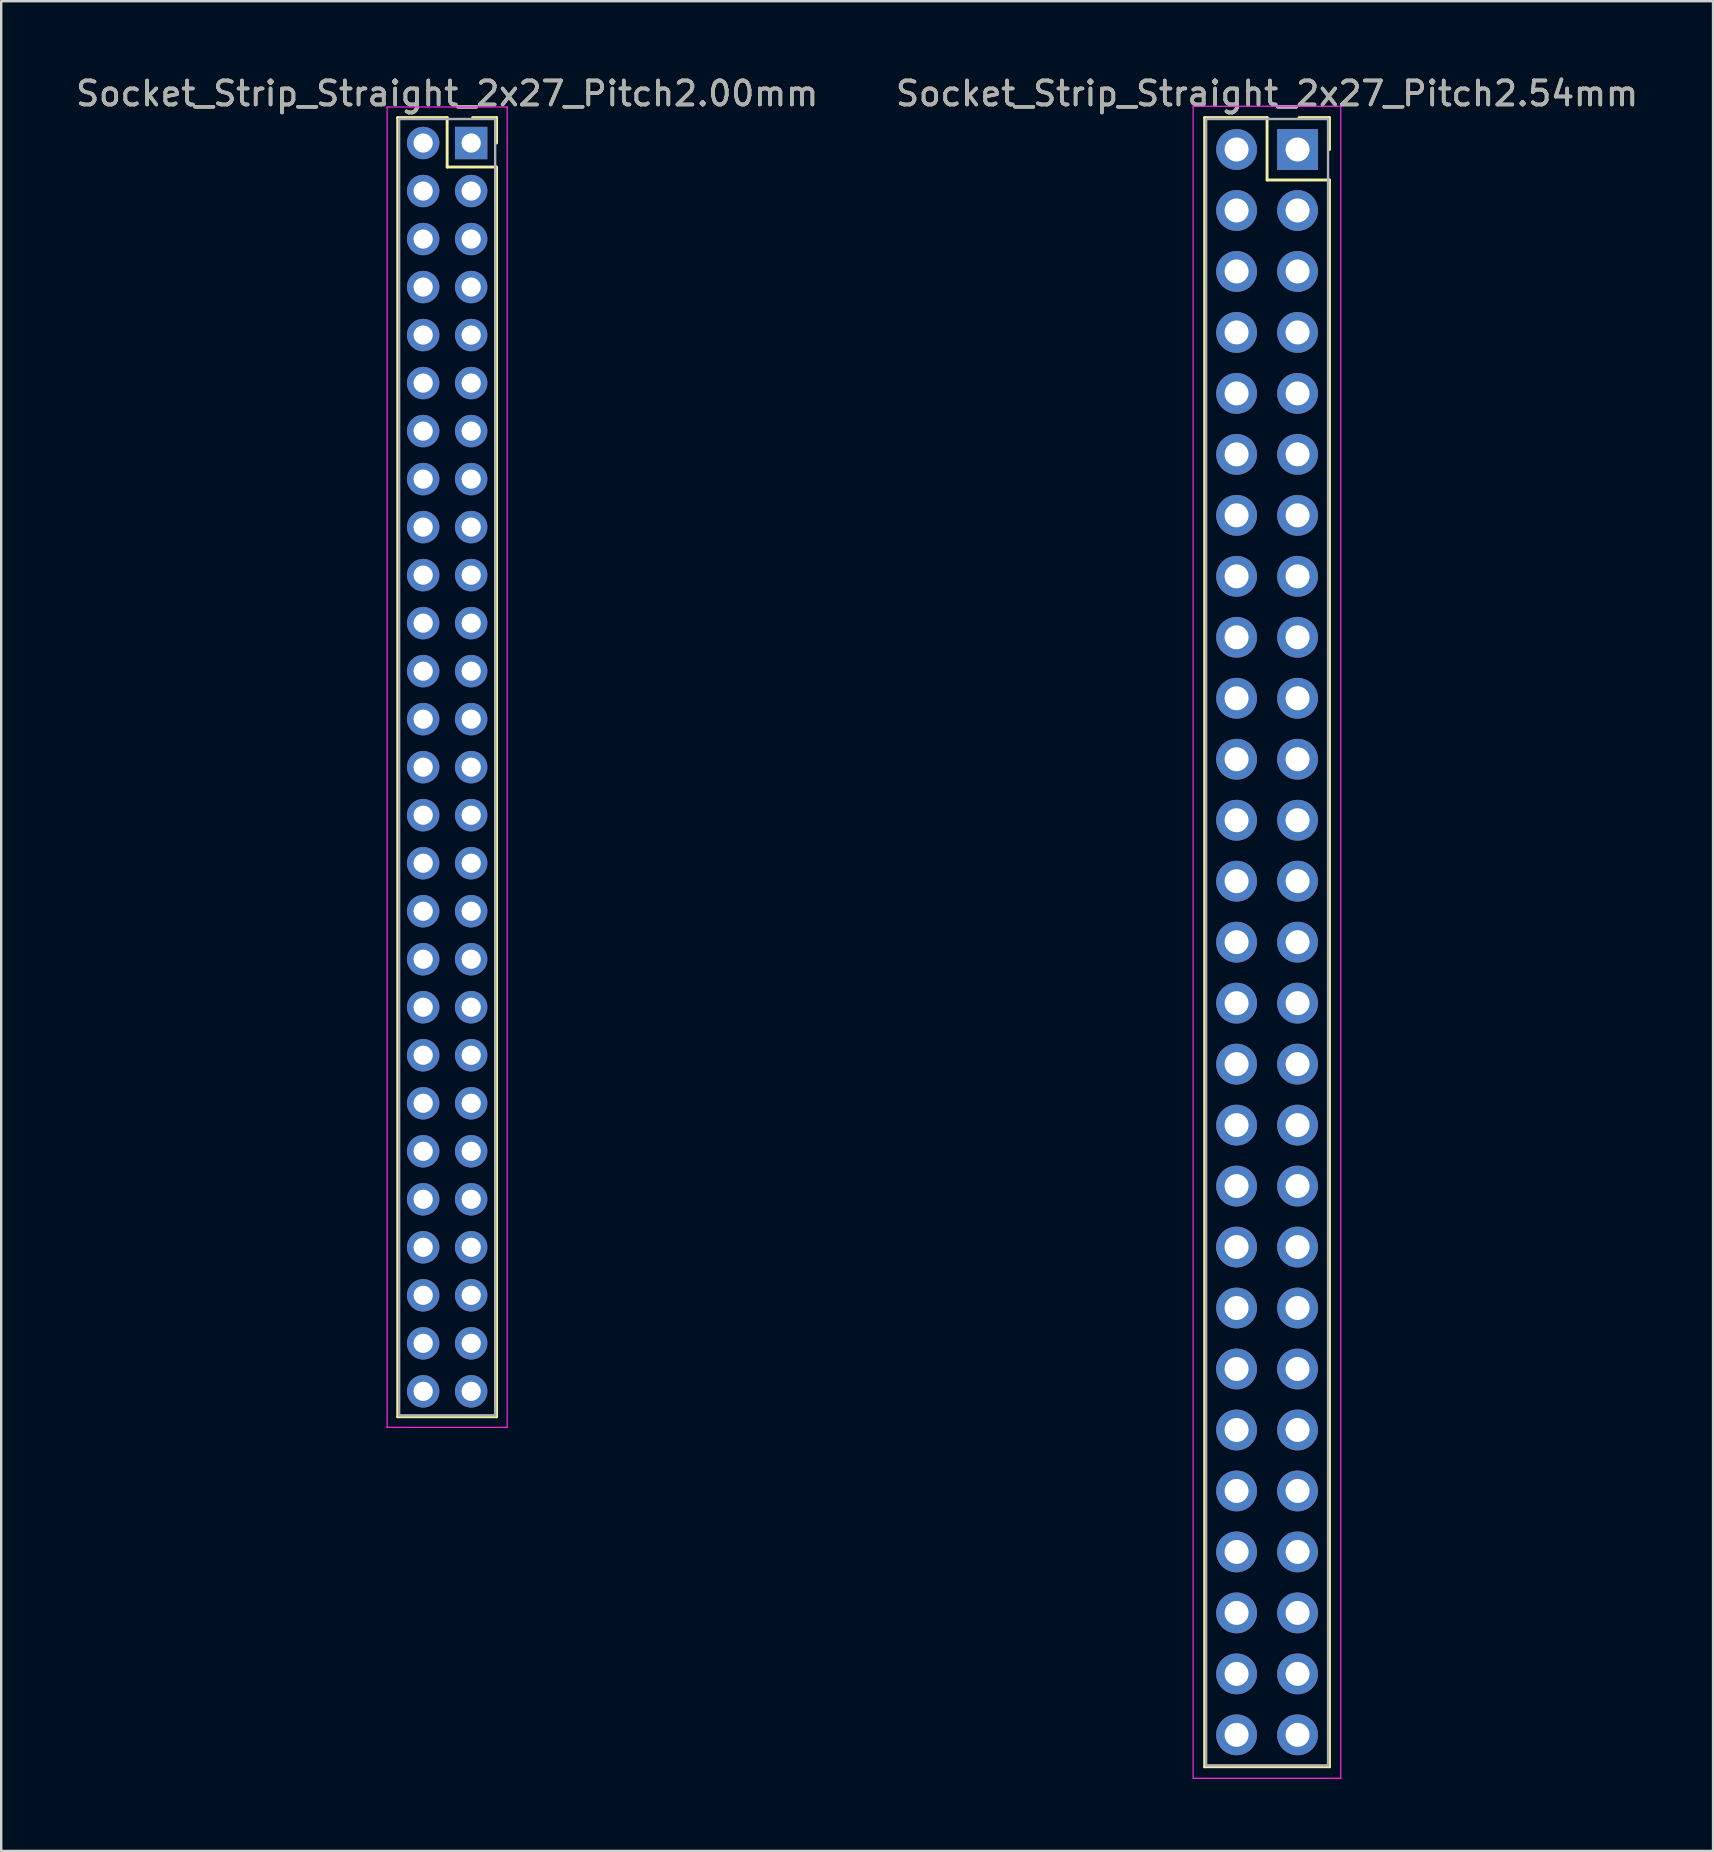
<source format=kicad_pcb>
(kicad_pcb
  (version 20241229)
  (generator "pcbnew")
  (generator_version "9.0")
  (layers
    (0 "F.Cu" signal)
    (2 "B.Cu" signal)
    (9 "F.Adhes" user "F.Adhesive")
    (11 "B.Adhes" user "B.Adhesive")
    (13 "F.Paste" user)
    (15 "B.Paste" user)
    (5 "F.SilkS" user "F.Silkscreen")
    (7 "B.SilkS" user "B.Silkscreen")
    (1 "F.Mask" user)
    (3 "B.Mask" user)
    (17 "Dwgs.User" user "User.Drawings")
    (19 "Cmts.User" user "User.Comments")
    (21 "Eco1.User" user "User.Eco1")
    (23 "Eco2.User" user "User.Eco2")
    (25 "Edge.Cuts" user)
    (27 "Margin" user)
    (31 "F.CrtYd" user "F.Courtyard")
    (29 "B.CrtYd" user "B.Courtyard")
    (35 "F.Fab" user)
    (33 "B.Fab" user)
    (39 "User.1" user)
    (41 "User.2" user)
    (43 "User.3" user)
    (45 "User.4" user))
  (footprint "Socket_Strip_Straight_2x27_Pitch2.54mm"
    (layer "F.Cu")
    (at 51.002 3.178)
    (property "Reference" "Socket_Strip_Straight_2x27_Pitch2.54mm" (at -1.27 -2.33 0) (layer "F.SilkS") (effects (font (size 1 1) (thickness 0.15))))
    (attr through_hole)
    (fp_line (start -3.87 -1.33) (end -1.27 -1.33) (stroke (width 0.12) (type solid)) (layer "F.SilkS"))
    (fp_line (start -3.87 67.37) (end -3.87 -1.33) (stroke (width 0.12) (type solid)) (layer "F.SilkS"))
    (fp_line (start -1.27 -1.33) (end -1.27 1.27) (stroke (width 0.12) (type solid)) (layer "F.SilkS"))
    (fp_line (start -1.27 1.27) (end 1.33 1.27) (stroke (width 0.12) (type solid)) (layer "F.SilkS"))
    (fp_line (start 1.33 -1.33) (end 0.06 -1.33) (stroke (width 0.12) (type solid)) (layer "F.SilkS"))
    (fp_line (start 1.33 0) (end 1.33 -1.33) (stroke (width 0.12) (type solid)) (layer "F.SilkS"))
    (fp_line (start 1.33 1.27) (end 1.33 67.37) (stroke (width 0.12) (type solid)) (layer "F.SilkS"))
    (fp_line (start 1.33 67.37) (end -3.87 67.37) (stroke (width 0.12) (type solid)) (layer "F.SilkS"))
    (fp_line (start -4.35 -1.8) (end -4.35 67.85) (stroke (width 0.05) (type solid)) (layer "F.CrtYd"))
    (fp_line (start -4.35 67.85) (end 1.8 67.85) (stroke (width 0.05) (type solid)) (layer "F.CrtYd"))
    (fp_line (start 1.8 -1.8) (end -4.35 -1.8) (stroke (width 0.05) (type solid)) (layer "F.CrtYd"))
    (fp_line (start 1.8 67.85) (end 1.8 -1.8) (stroke (width 0.05) (type solid)) (layer "F.CrtYd"))
    (fp_line (start -3.81 -1.27) (end -3.81 67.31) (stroke (width 0.1) (type solid)) (layer "F.Fab"))
    (fp_line (start -3.81 67.31) (end 1.27 67.31) (stroke (width 0.1) (type solid)) (layer "F.Fab"))
    (fp_line (start 1.27 -1.27) (end -3.81 -1.27) (stroke (width 0.1) (type solid)) (layer "F.Fab"))
    (fp_line (start 1.27 67.31) (end 1.27 -1.27) (stroke (width 0.1) (type solid)) (layer "F.Fab"))
    (fp_text user "${REFERENCE}" (at -1.27 -2.33 0) (layer "F.Fab") (effects (font (size 1 1) (thickness 0.15))))
    (pad "1" thru_hole rect (at 0 0) (size 1.7 1.7) (drill 1) (layers "*.Cu" "*.Mask"))
    (pad "2" thru_hole oval (at -2.54 0) (size 1.7 1.7) (drill 1) (layers "*.Cu" "*.Mask"))
    (pad "3" thru_hole oval (at 0 2.54) (size 1.7 1.7) (drill 1) (layers "*.Cu" "*.Mask"))
    (pad "4" thru_hole oval (at -2.54 2.54) (size 1.7 1.7) (drill 1) (layers "*.Cu" "*.Mask"))
    (pad "5" thru_hole oval (at 0 5.08) (size 1.7 1.7) (drill 1) (layers "*.Cu" "*.Mask"))
    (pad "6" thru_hole oval (at -2.54 5.08) (size 1.7 1.7) (drill 1) (layers "*.Cu" "*.Mask"))
    (pad "7" thru_hole oval (at 0 7.62) (size 1.7 1.7) (drill 1) (layers "*.Cu" "*.Mask"))
    (pad "8" thru_hole oval (at -2.54 7.62) (size 1.7 1.7) (drill 1) (layers "*.Cu" "*.Mask"))
    (pad "9" thru_hole oval (at 0 10.16) (size 1.7 1.7) (drill 1) (layers "*.Cu" "*.Mask"))
    (pad "10" thru_hole oval (at -2.54 10.16) (size 1.7 1.7) (drill 1) (layers "*.Cu" "*.Mask"))
    (pad "11" thru_hole oval (at 0 12.7) (size 1.7 1.7) (drill 1) (layers "*.Cu" "*.Mask"))
    (pad "12" thru_hole oval (at -2.54 12.7) (size 1.7 1.7) (drill 1) (layers "*.Cu" "*.Mask"))
    (pad "13" thru_hole oval (at 0 15.24) (size 1.7 1.7) (drill 1) (layers "*.Cu" "*.Mask"))
    (pad "14" thru_hole oval (at -2.54 15.24) (size 1.7 1.7) (drill 1) (layers "*.Cu" "*.Mask"))
    (pad "15" thru_hole oval (at 0 17.78) (size 1.7 1.7) (drill 1) (layers "*.Cu" "*.Mask"))
    (pad "16" thru_hole oval (at -2.54 17.78) (size 1.7 1.7) (drill 1) (layers "*.Cu" "*.Mask"))
    (pad "17" thru_hole oval (at 0 20.32) (size 1.7 1.7) (drill 1) (layers "*.Cu" "*.Mask"))
    (pad "18" thru_hole oval (at -2.54 20.32) (size 1.7 1.7) (drill 1) (layers "*.Cu" "*.Mask"))
    (pad "19" thru_hole oval (at 0 22.86) (size 1.7 1.7) (drill 1) (layers "*.Cu" "*.Mask"))
    (pad "20" thru_hole oval (at -2.54 22.86) (size 1.7 1.7) (drill 1) (layers "*.Cu" "*.Mask"))
    (pad "21" thru_hole oval (at 0 25.4) (size 1.7 1.7) (drill 1) (layers "*.Cu" "*.Mask"))
    (pad "22" thru_hole oval (at -2.54 25.4) (size 1.7 1.7) (drill 1) (layers "*.Cu" "*.Mask"))
    (pad "23" thru_hole oval (at 0 27.94) (size 1.7 1.7) (drill 1) (layers "*.Cu" "*.Mask"))
    (pad "24" thru_hole oval (at -2.54 27.94) (size 1.7 1.7) (drill 1) (layers "*.Cu" "*.Mask"))
    (pad "25" thru_hole oval (at 0 30.48) (size 1.7 1.7) (drill 1) (layers "*.Cu" "*.Mask"))
    (pad "26" thru_hole oval (at -2.54 30.48) (size 1.7 1.7) (drill 1) (layers "*.Cu" "*.Mask"))
    (pad "27" thru_hole oval (at 0 33.02) (size 1.7 1.7) (drill 1) (layers "*.Cu" "*.Mask"))
    (pad "28" thru_hole oval (at -2.54 33.02) (size 1.7 1.7) (drill 1) (layers "*.Cu" "*.Mask"))
    (pad "29" thru_hole oval (at 0 35.56) (size 1.7 1.7) (drill 1) (layers "*.Cu" "*.Mask"))
    (pad "30" thru_hole oval (at -2.54 35.56) (size 1.7 1.7) (drill 1) (layers "*.Cu" "*.Mask"))
    (pad "31" thru_hole oval (at 0 38.1) (size 1.7 1.7) (drill 1) (layers "*.Cu" "*.Mask"))
    (pad "32" thru_hole oval (at -2.54 38.1) (size 1.7 1.7) (drill 1) (layers "*.Cu" "*.Mask"))
    (pad "33" thru_hole oval (at 0 40.64) (size 1.7 1.7) (drill 1) (layers "*.Cu" "*.Mask"))
    (pad "34" thru_hole oval (at -2.54 40.64) (size 1.7 1.7) (drill 1) (layers "*.Cu" "*.Mask"))
    (pad "35" thru_hole oval (at 0 43.18) (size 1.7 1.7) (drill 1) (layers "*.Cu" "*.Mask"))
    (pad "36" thru_hole oval (at -2.54 43.18) (size 1.7 1.7) (drill 1) (layers "*.Cu" "*.Mask"))
    (pad "37" thru_hole oval (at 0 45.72) (size 1.7 1.7) (drill 1) (layers "*.Cu" "*.Mask"))
    (pad "38" thru_hole oval (at -2.54 45.72) (size 1.7 1.7) (drill 1) (layers "*.Cu" "*.Mask"))
    (pad "39" thru_hole oval (at 0 48.26) (size 1.7 1.7) (drill 1) (layers "*.Cu" "*.Mask"))
    (pad "40" thru_hole oval (at -2.54 48.26) (size 1.7 1.7) (drill 1) (layers "*.Cu" "*.Mask"))
    (pad "41" thru_hole oval (at 0 50.8) (size 1.7 1.7) (drill 1) (layers "*.Cu" "*.Mask"))
    (pad "42" thru_hole oval (at -2.54 50.8) (size 1.7 1.7) (drill 1) (layers "*.Cu" "*.Mask"))
    (pad "43" thru_hole oval (at 0 53.34) (size 1.7 1.7) (drill 1) (layers "*.Cu" "*.Mask"))
    (pad "44" thru_hole oval (at -2.54 53.34) (size 1.7 1.7) (drill 1) (layers "*.Cu" "*.Mask"))
    (pad "45" thru_hole oval (at 0 55.88) (size 1.7 1.7) (drill 1) (layers "*.Cu" "*.Mask"))
    (pad "46" thru_hole oval (at -2.54 55.88) (size 1.7 1.7) (drill 1) (layers "*.Cu" "*.Mask"))
    (pad "47" thru_hole oval (at 0 58.42) (size 1.7 1.7) (drill 1) (layers "*.Cu" "*.Mask"))
    (pad "48" thru_hole oval (at -2.54 58.42) (size 1.7 1.7) (drill 1) (layers "*.Cu" "*.Mask"))
    (pad "49" thru_hole oval (at 0 60.96) (size 1.7 1.7) (drill 1) (layers "*.Cu" "*.Mask"))
    (pad "50" thru_hole oval (at -2.54 60.96) (size 1.7 1.7) (drill 1) (layers "*.Cu" "*.Mask"))
    (pad "51" thru_hole oval (at 0 63.5) (size 1.7 1.7) (drill 1) (layers "*.Cu" "*.Mask"))
    (pad "52" thru_hole oval (at -2.54 63.5) (size 1.7 1.7) (drill 1) (layers "*.Cu" "*.Mask"))
    (pad "53" thru_hole oval (at 0 66.04) (size 1.7 1.7) (drill 1) (layers "*.Cu" "*.Mask"))
    (pad "54" thru_hole oval (at -2.54 66.04) (size 1.7 1.7) (drill 1) (layers "*.Cu" "*.Mask")))
  (footprint "Socket_Strip_Straight_2x27_Pitch2.00mm"
    (layer "F.Cu")
    (at 16.577 2.908)
    (property "Reference" "Socket_Strip_Straight_2x27_Pitch2.00mm" (at -1 -2.06 0) (layer "F.SilkS") (effects (font (size 1 1) (thickness 0.15))))
    (attr through_hole)
    (fp_line (start -3.06 -1.06) (end -1 -1.06) (stroke (width 0.12) (type solid)) (layer "F.SilkS"))
    (fp_line (start -3.06 53.06) (end -3.06 -1.06) (stroke (width 0.12) (type solid)) (layer "F.SilkS"))
    (fp_line (start -1 -1.06) (end -1 1) (stroke (width 0.12) (type solid)) (layer "F.SilkS"))
    (fp_line (start -1 1) (end 1.06 1) (stroke (width 0.12) (type solid)) (layer "F.SilkS"))
    (fp_line (start 1.06 -1.06) (end 0.06 -1.06) (stroke (width 0.12) (type solid)) (layer "F.SilkS"))
    (fp_line (start 1.06 0) (end 1.06 -1.06) (stroke (width 0.12) (type solid)) (layer "F.SilkS"))
    (fp_line (start 1.06 1) (end 1.06 53.06) (stroke (width 0.12) (type solid)) (layer "F.SilkS"))
    (fp_line (start 1.06 53.06) (end -3.06 53.06) (stroke (width 0.12) (type solid)) (layer "F.SilkS"))
    (fp_line (start -3.5 -1.5) (end -3.5 53.5) (stroke (width 0.05) (type solid)) (layer "F.CrtYd"))
    (fp_line (start -3.5 53.5) (end 1.5 53.5) (stroke (width 0.05) (type solid)) (layer "F.CrtYd"))
    (fp_line (start 1.5 -1.5) (end -3.5 -1.5) (stroke (width 0.05) (type solid)) (layer "F.CrtYd"))
    (fp_line (start 1.5 53.5) (end 1.5 -1.5) (stroke (width 0.05) (type solid)) (layer "F.CrtYd"))
    (fp_line (start -3 -1) (end -3 53) (stroke (width 0.1) (type solid)) (layer "F.Fab"))
    (fp_line (start -3 53) (end 1 53) (stroke (width 0.1) (type solid)) (layer "F.Fab"))
    (fp_line (start 1 -1) (end -3 -1) (stroke (width 0.1) (type solid)) (layer "F.Fab"))
    (fp_line (start 1 53) (end 1 -1) (stroke (width 0.1) (type solid)) (layer "F.Fab"))
    (fp_text user "${REFERENCE}" (at -1 -2.06 0) (layer "F.Fab") (effects (font (size 1 1) (thickness 0.15))))
    (pad "1" thru_hole rect (at 0 0) (size 1.35 1.35) (drill 0.8) (layers "*.Cu" "*.Mask"))
    (pad "2" thru_hole oval (at -2 0) (size 1.35 1.35) (drill 0.8) (layers "*.Cu" "*.Mask"))
    (pad "3" thru_hole oval (at 0 2) (size 1.35 1.35) (drill 0.8) (layers "*.Cu" "*.Mask"))
    (pad "4" thru_hole oval (at -2 2) (size 1.35 1.35) (drill 0.8) (layers "*.Cu" "*.Mask"))
    (pad "5" thru_hole oval (at 0 4) (size 1.35 1.35) (drill 0.8) (layers "*.Cu" "*.Mask"))
    (pad "6" thru_hole oval (at -2 4) (size 1.35 1.35) (drill 0.8) (layers "*.Cu" "*.Mask"))
    (pad "7" thru_hole oval (at 0 6) (size 1.35 1.35) (drill 0.8) (layers "*.Cu" "*.Mask"))
    (pad "8" thru_hole oval (at -2 6) (size 1.35 1.35) (drill 0.8) (layers "*.Cu" "*.Mask"))
    (pad "9" thru_hole oval (at 0 8) (size 1.35 1.35) (drill 0.8) (layers "*.Cu" "*.Mask"))
    (pad "10" thru_hole oval (at -2 8) (size 1.35 1.35) (drill 0.8) (layers "*.Cu" "*.Mask"))
    (pad "11" thru_hole oval (at 0 10) (size 1.35 1.35) (drill 0.8) (layers "*.Cu" "*.Mask"))
    (pad "12" thru_hole oval (at -2 10) (size 1.35 1.35) (drill 0.8) (layers "*.Cu" "*.Mask"))
    (pad "13" thru_hole oval (at 0 12) (size 1.35 1.35) (drill 0.8) (layers "*.Cu" "*.Mask"))
    (pad "14" thru_hole oval (at -2 12) (size 1.35 1.35) (drill 0.8) (layers "*.Cu" "*.Mask"))
    (pad "15" thru_hole oval (at 0 14) (size 1.35 1.35) (drill 0.8) (layers "*.Cu" "*.Mask"))
    (pad "16" thru_hole oval (at -2 14) (size 1.35 1.35) (drill 0.8) (layers "*.Cu" "*.Mask"))
    (pad "17" thru_hole oval (at 0 16) (size 1.35 1.35) (drill 0.8) (layers "*.Cu" "*.Mask"))
    (pad "18" thru_hole oval (at -2 16) (size 1.35 1.35) (drill 0.8) (layers "*.Cu" "*.Mask"))
    (pad "19" thru_hole oval (at 0 18) (size 1.35 1.35) (drill 0.8) (layers "*.Cu" "*.Mask"))
    (pad "20" thru_hole oval (at -2 18) (size 1.35 1.35) (drill 0.8) (layers "*.Cu" "*.Mask"))
    (pad "21" thru_hole oval (at 0 20) (size 1.35 1.35) (drill 0.8) (layers "*.Cu" "*.Mask"))
    (pad "22" thru_hole oval (at -2 20) (size 1.35 1.35) (drill 0.8) (layers "*.Cu" "*.Mask"))
    (pad "23" thru_hole oval (at 0 22) (size 1.35 1.35) (drill 0.8) (layers "*.Cu" "*.Mask"))
    (pad "24" thru_hole oval (at -2 22) (size 1.35 1.35) (drill 0.8) (layers "*.Cu" "*.Mask"))
    (pad "25" thru_hole oval (at 0 24) (size 1.35 1.35) (drill 0.8) (layers "*.Cu" "*.Mask"))
    (pad "26" thru_hole oval (at -2 24) (size 1.35 1.35) (drill 0.8) (layers "*.Cu" "*.Mask"))
    (pad "27" thru_hole oval (at 0 26) (size 1.35 1.35) (drill 0.8) (layers "*.Cu" "*.Mask"))
    (pad "28" thru_hole oval (at -2 26) (size 1.35 1.35) (drill 0.8) (layers "*.Cu" "*.Mask"))
    (pad "29" thru_hole oval (at 0 28) (size 1.35 1.35) (drill 0.8) (layers "*.Cu" "*.Mask"))
    (pad "30" thru_hole oval (at -2 28) (size 1.35 1.35) (drill 0.8) (layers "*.Cu" "*.Mask"))
    (pad "31" thru_hole oval (at 0 30) (size 1.35 1.35) (drill 0.8) (layers "*.Cu" "*.Mask"))
    (pad "32" thru_hole oval (at -2 30) (size 1.35 1.35) (drill 0.8) (layers "*.Cu" "*.Mask"))
    (pad "33" thru_hole oval (at 0 32) (size 1.35 1.35) (drill 0.8) (layers "*.Cu" "*.Mask"))
    (pad "34" thru_hole oval (at -2 32) (size 1.35 1.35) (drill 0.8) (layers "*.Cu" "*.Mask"))
    (pad "35" thru_hole oval (at 0 34) (size 1.35 1.35) (drill 0.8) (layers "*.Cu" "*.Mask"))
    (pad "36" thru_hole oval (at -2 34) (size 1.35 1.35) (drill 0.8) (layers "*.Cu" "*.Mask"))
    (pad "37" thru_hole oval (at 0 36) (size 1.35 1.35) (drill 0.8) (layers "*.Cu" "*.Mask"))
    (pad "38" thru_hole oval (at -2 36) (size 1.35 1.35) (drill 0.8) (layers "*.Cu" "*.Mask"))
    (pad "39" thru_hole oval (at 0 38) (size 1.35 1.35) (drill 0.8) (layers "*.Cu" "*.Mask"))
    (pad "40" thru_hole oval (at -2 38) (size 1.35 1.35) (drill 0.8) (layers "*.Cu" "*.Mask"))
    (pad "41" thru_hole oval (at 0 40) (size 1.35 1.35) (drill 0.8) (layers "*.Cu" "*.Mask"))
    (pad "42" thru_hole oval (at -2 40) (size 1.35 1.35) (drill 0.8) (layers "*.Cu" "*.Mask"))
    (pad "43" thru_hole oval (at 0 42) (size 1.35 1.35) (drill 0.8) (layers "*.Cu" "*.Mask"))
    (pad "44" thru_hole oval (at -2 42) (size 1.35 1.35) (drill 0.8) (layers "*.Cu" "*.Mask"))
    (pad "45" thru_hole oval (at 0 44) (size 1.35 1.35) (drill 0.8) (layers "*.Cu" "*.Mask"))
    (pad "46" thru_hole oval (at -2 44) (size 1.35 1.35) (drill 0.8) (layers "*.Cu" "*.Mask"))
    (pad "47" thru_hole oval (at 0 46) (size 1.35 1.35) (drill 0.8) (layers "*.Cu" "*.Mask"))
    (pad "48" thru_hole oval (at -2 46) (size 1.35 1.35) (drill 0.8) (layers "*.Cu" "*.Mask"))
    (pad "49" thru_hole oval (at 0 48) (size 1.35 1.35) (drill 0.8) (layers "*.Cu" "*.Mask"))
    (pad "50" thru_hole oval (at -2 48) (size 1.35 1.35) (drill 0.8) (layers "*.Cu" "*.Mask"))
    (pad "51" thru_hole oval (at 0 50) (size 1.35 1.35) (drill 0.8) (layers "*.Cu" "*.Mask"))
    (pad "52" thru_hole oval (at -2 50) (size 1.35 1.35) (drill 0.8) (layers "*.Cu" "*.Mask"))
    (pad "53" thru_hole oval (at 0 52) (size 1.35 1.35) (drill 0.8) (layers "*.Cu" "*.Mask"))
    (pad "54" thru_hole oval (at -2 52) (size 1.35 1.35) (drill 0.8) (layers "*.Cu" "*.Mask")))
  (gr_rect
    (start -3 -3)
    (end 68.31 74.053)
    (stroke (width 0.1) (type default))
    (fill no)
    (layer "Edge.Cuts")))
</source>
